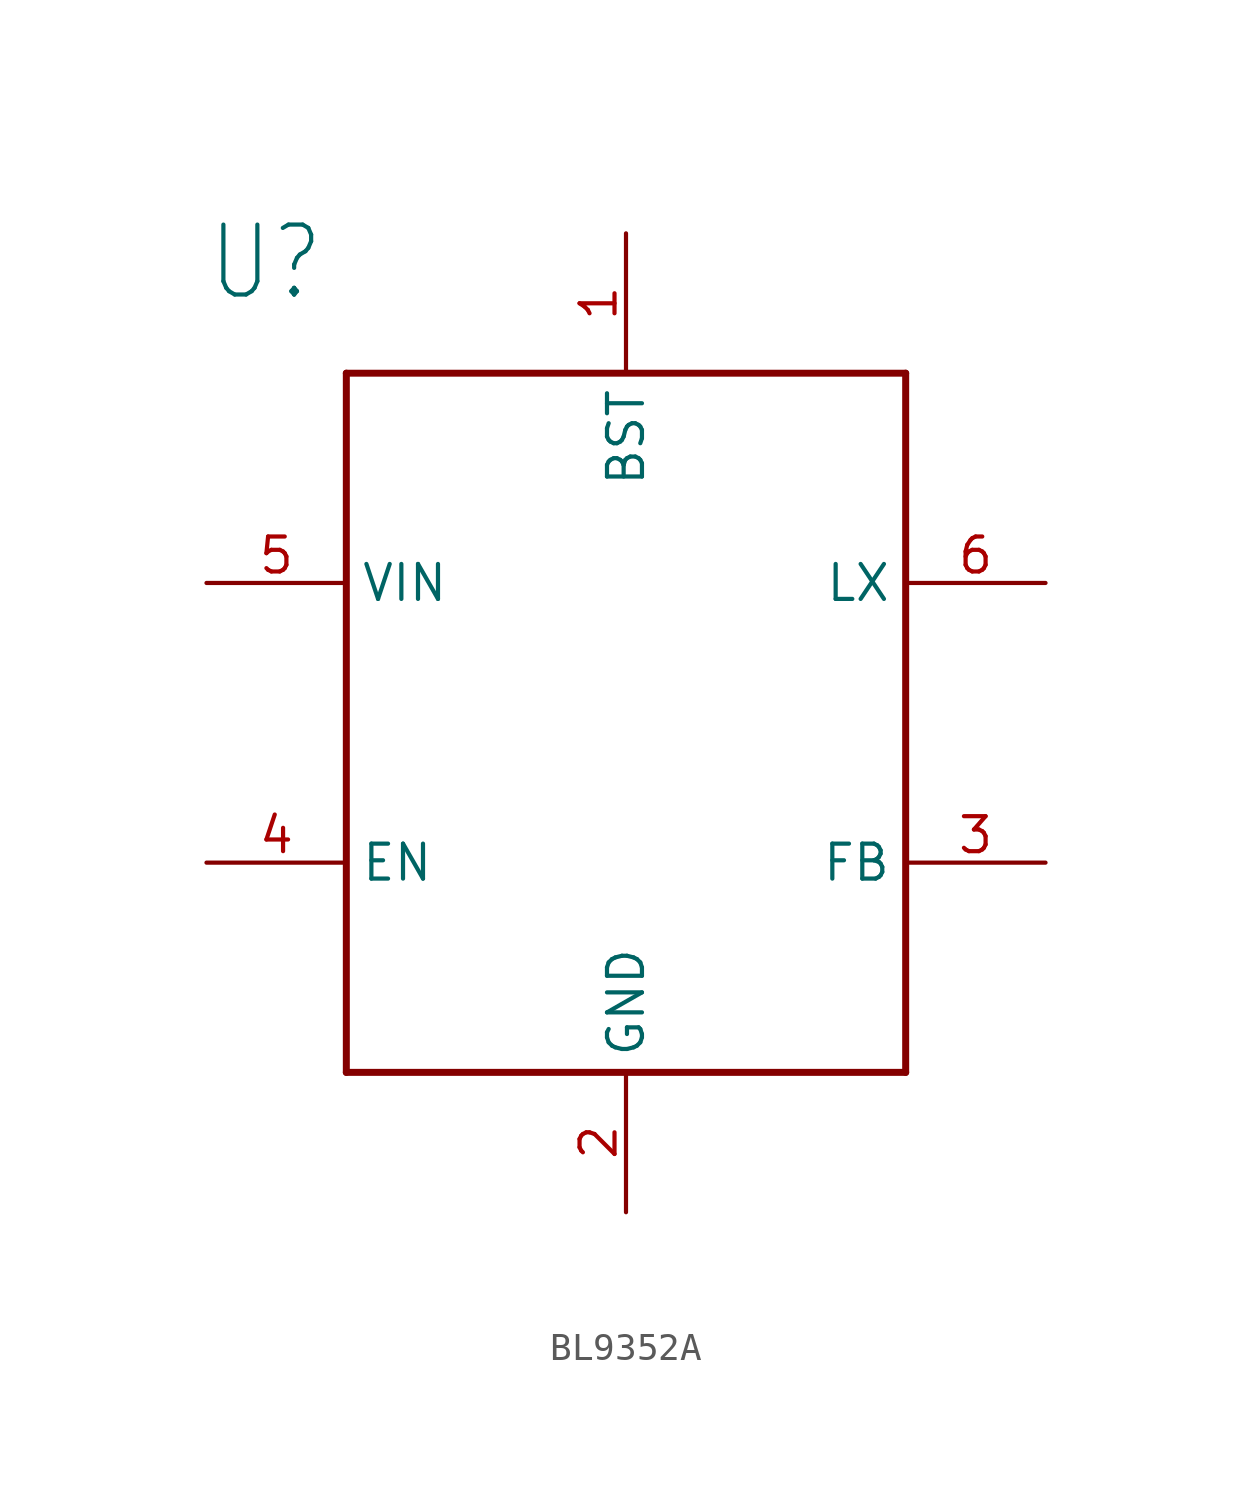
<source format=kicad_sym>
(kicad_symbol_lib
  (version 20241209)
  (generator "kicad_symbol_editor")
  (generator_version "9.0")
  (symbol "BL9352A"
    (property "Reference" "U"
      (at -15.24 17.78 0)
      (effects (font (size 2.54 2.159)) (justify left bottom)))
    (property "Value" ""
      (at -15.24 -15.24 0)
      (effects (font (size 2.54 2.159)) (justify left bottom)))
    (property "ki_locked" ""
      (at 0 0 0)
      (effects (font (size 1.27 1.27))))
    (symbol "BL9352A_1_0"
      (polyline (pts (xy -10.16 15.24) (xy 10.16 15.24)) (stroke (width 0.254) (type solid)) (fill (type none)))
      (polyline (pts (xy -10.16 -10.16) (xy -10.16 15.24)) (stroke (width 0.254) (type solid)) (fill (type none)))
      (polyline (pts (xy 10.16 15.24) (xy 10.16 -10.16)) (stroke (width 0.254) (type solid)) (fill (type none)))
      (polyline (pts (xy 10.16 -10.16) (xy -10.16 -10.16)) (stroke (width 0.254) (type solid)) (fill (type none)))
      (pin bidirectional line (at -15.24 7.62 0) (length 5.08) (name "VIN" (effects (font (size 1.27 1.27)))) (number "5" (effects (font (size 1.27 1.27)))))
      (pin bidirectional line (at -15.24 -2.54 0) (length 5.08) (name "EN" (effects (font (size 1.27 1.27)))) (number "4" (effects (font (size 1.27 1.27)))))
      (pin bidirectional line (at 0 20.32 270) (length 5.08) (name "BST" (effects (font (size 1.27 1.27)))) (number "1" (effects (font (size 1.27 1.27)))))
      (pin bidirectional line (at 0 -15.24 90) (length 5.08) (name "GND" (effects (font (size 1.27 1.27)))) (number "2" (effects (font (size 1.27 1.27)))))
      (pin bidirectional line (at 15.24 7.62 180) (length 5.08) (name "LX" (effects (font (size 1.27 1.27)))) (number "6" (effects (font (size 1.27 1.27)))))
      (pin bidirectional line (at 15.24 -2.54 180) (length 5.08) (name "FB" (effects (font (size 1.27 1.27)))) (number "3" (effects (font (size 1.27 1.27))))))))
</source>
